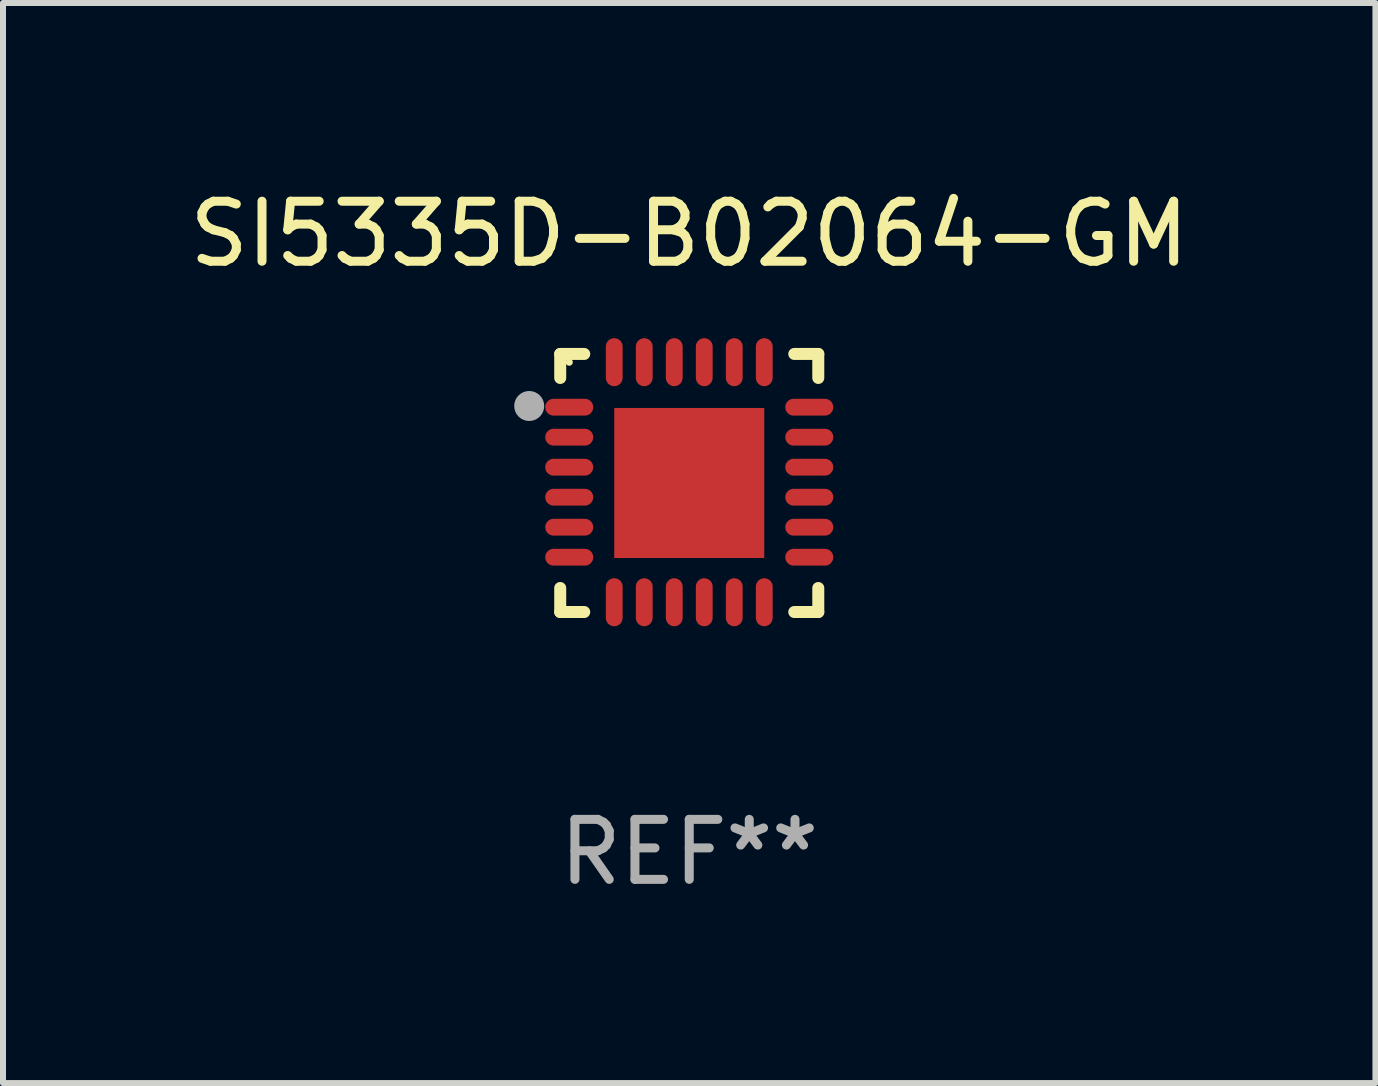
<source format=kicad_pcb>
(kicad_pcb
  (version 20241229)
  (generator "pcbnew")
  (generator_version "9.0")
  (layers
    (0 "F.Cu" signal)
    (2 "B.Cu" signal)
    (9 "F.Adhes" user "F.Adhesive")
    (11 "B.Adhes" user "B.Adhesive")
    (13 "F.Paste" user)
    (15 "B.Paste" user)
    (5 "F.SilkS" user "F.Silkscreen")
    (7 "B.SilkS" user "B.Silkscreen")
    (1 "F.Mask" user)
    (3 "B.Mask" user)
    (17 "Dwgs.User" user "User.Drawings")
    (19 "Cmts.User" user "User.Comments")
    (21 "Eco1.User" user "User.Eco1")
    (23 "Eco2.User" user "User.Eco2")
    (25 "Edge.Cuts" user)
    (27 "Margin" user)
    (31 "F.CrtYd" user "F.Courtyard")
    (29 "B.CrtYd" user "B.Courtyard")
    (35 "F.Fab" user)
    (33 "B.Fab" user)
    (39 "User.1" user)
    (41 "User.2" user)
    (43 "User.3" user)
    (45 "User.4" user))
  (footprint "SI5335D-B02064-GM"
    (layer "F.Cu")
    (at 8.435 4.998)
    (property "Reference" "SI5335D-B02064-GM" (at 0 -4.15 0) (layer "F.SilkS") (effects (font (size 1 1) (thickness 0.15))))
    (attr through_hole)
    (fp_line (start -2.15 -2.15) (end -1.75 -2.15) (stroke (width 0.2) (type solid)) (layer "F.SilkS"))
    (fp_line (start -2.15 -1.75) (end -2.15 -2.15) (stroke (width 0.2) (type solid)) (layer "F.SilkS"))
    (fp_line (start -2.15 2.15) (end -2.15 1.75) (stroke (width 0.2) (type solid)) (layer "F.SilkS"))
    (fp_line (start -1.75 2.15) (end -2.15 2.15) (stroke (width 0.2) (type solid)) (layer "F.SilkS"))
    (fp_line (start 1.75 -2.15) (end 2.15 -2.15) (stroke (width 0.2) (type solid)) (layer "F.SilkS"))
    (fp_line (start 1.75 2.15) (end 2.15 2.15) (stroke (width 0.2) (type solid)) (layer "F.SilkS"))
    (fp_line (start 2.15 -2.15) (end 2.15 -1.75) (stroke (width 0.2) (type solid)) (layer "F.SilkS"))
    (fp_line (start 2.15 2.15) (end 2.15 1.75) (stroke (width 0.2) (type solid)) (layer "F.SilkS"))
    (fp_circle (center -2 -2.013) (end -1.97 -2.013) (stroke (width 0.06) (type solid)) (fill no) (layer "F.SilkS"))
    (fp_circle (center -2.667 -1.283) (end -2.542 -1.283) (stroke (width 0.25) (type solid)) (fill no) (layer "F.Fab"))
    (fp_text user "REF**" (at 0 6.15 0) (layer "F.Fab") (effects (font (size 1 1) (thickness 0.15))))
    (pad "1" smd oval (at -2 -1.263) (size 0.8 0.28) (layers "F.Cu" "F.Mask" "F.Paste"))
    (pad "2" smd oval (at -2 -0.763) (size 0.8 0.28) (layers "F.Cu" "F.Mask" "F.Paste"))
    (pad "3" smd oval (at -2 -0.263) (size 0.8 0.28) (layers "F.Cu" "F.Mask" "F.Paste"))
    (pad "4" smd oval (at -2 0.237) (size 0.8 0.28) (layers "F.Cu" "F.Mask" "F.Paste"))
    (pad "5" smd oval (at -2 0.737) (size 0.8 0.28) (layers "F.Cu" "F.Mask" "F.Paste"))
    (pad "6" smd oval (at -2 1.237) (size 0.8 0.28) (layers "F.Cu" "F.Mask" "F.Paste"))
    (pad "7" smd oval (at -1.25 1.987) (size 0.28 0.8) (layers "F.Cu" "F.Mask" "F.Paste"))
    (pad "8" smd oval (at -0.75 1.987) (size 0.28 0.8) (layers "F.Cu" "F.Mask" "F.Paste"))
    (pad "9" smd oval (at -0.25 1.987) (size 0.28 0.8) (layers "F.Cu" "F.Mask" "F.Paste"))
    (pad "10" smd oval (at 0.25 1.987) (size 0.28 0.8) (layers "F.Cu" "F.Mask" "F.Paste"))
    (pad "11" smd oval (at 0.75 1.987) (size 0.28 0.8) (layers "F.Cu" "F.Mask" "F.Paste"))
    (pad "12" smd oval (at 1.25 1.987) (size 0.28 0.8) (layers "F.Cu" "F.Mask" "F.Paste"))
    (pad "13" smd oval (at 2 1.237) (size 0.8 0.28) (layers "F.Cu" "F.Mask" "F.Paste"))
    (pad "14" smd oval (at 2 0.737) (size 0.8 0.28) (layers "F.Cu" "F.Mask" "F.Paste"))
    (pad "15" smd oval (at 2 0.237) (size 0.8 0.28) (layers "F.Cu" "F.Mask" "F.Paste"))
    (pad "16" smd oval (at 2 -0.263) (size 0.8 0.28) (layers "F.Cu" "F.Mask" "F.Paste"))
    (pad "17" smd oval (at 2 -0.763) (size 0.8 0.28) (layers "F.Cu" "F.Mask" "F.Paste"))
    (pad "18" smd oval (at 2 -1.263) (size 0.8 0.28) (layers "F.Cu" "F.Mask" "F.Paste"))
    (pad "19" smd oval (at 1.25 -2.013) (size 0.28 0.8) (layers "F.Cu" "F.Mask" "F.Paste"))
    (pad "20" smd oval (at 0.75 -2.013) (size 0.28 0.8) (layers "F.Cu" "F.Mask" "F.Paste"))
    (pad "21" smd oval (at 0.25 -2.013) (size 0.28 0.8) (layers "F.Cu" "F.Mask" "F.Paste"))
    (pad "22" smd oval (at -0.25 -2.013) (size 0.28 0.8) (layers "F.Cu" "F.Mask" "F.Paste"))
    (pad "23" smd oval (at -0.75 -2.013) (size 0.28 0.8) (layers "F.Cu" "F.Mask" "F.Paste"))
    (pad "24" smd oval (at -1.25 -2.013) (size 0.28 0.8) (layers "F.Cu" "F.Mask" "F.Paste"))
    (pad "25" smd rect (at -0.000127 -0.00014) (size 2.5 2.5) (layers "F.Cu" "F.Mask" "F.Paste")))
  (gr_rect
    (start -3 -3)
    (end 19.869 14.997)
    (stroke (width 0.1) (type default))
    (fill no)
    (layer "Edge.Cuts")))
</source>
